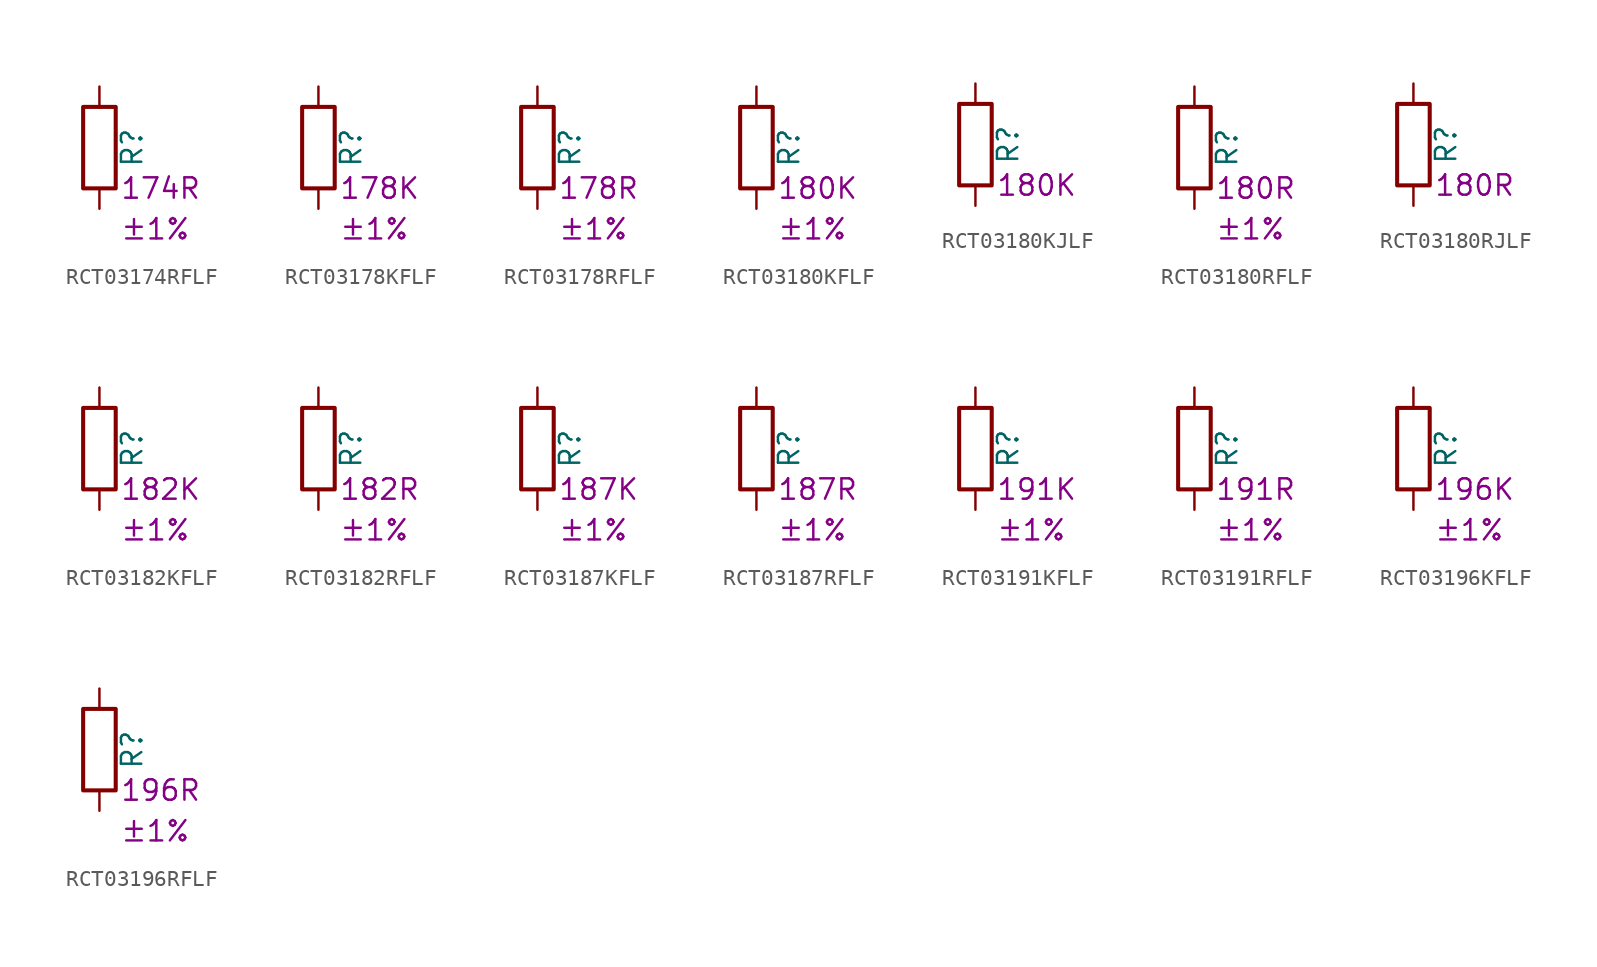
<source format=kicad_sym>
(kicad_symbol_lib
  (version 20220914)
  (generator kicad_symbol_editor)
  (symbol "RCT03174RFLF"
    (pin_numbers hide)
    (pin_names
      (offset 0))
    (property "Reference" "R"
      (at 2.032 0 90)
      (effects (font (size 1.27 1.27))))
    (property "Resistance" "174R"
      (at 1.27 -2.54 0)
      (effects (font (size 1.27 1.27)) (justify left)))
    (property "Tolerance" "±1%"
      (at 1.27 -5.08 0)
      (effects (font (size 1.27 1.27)) (justify left)))
    (symbol "RCT03174RFLF_0_1"
      (rectangle (start -1.016 -2.54) (end 1.016 2.54) (stroke (width 0.254) (type default)) (fill (type none))))
    (symbol "RCT03174RFLF_1_1"
      (pin passive line (at 0 3.81 270) (length 1.27) (name "~" (effects (font (size 1.27 1.27)))) (number "1" (effects (font (size 1.27 1.27)))))
      (pin passive line (at 0 -3.81 90) (length 1.27) (name "~" (effects (font (size 1.27 1.27)))) (number "2" (effects (font (size 1.27 1.27)))))))
  (symbol "RCT03178KFLF"
    (pin_numbers hide)
    (pin_names
      (offset 0))
    (property "Reference" "R"
      (at 2.032 0 90)
      (effects (font (size 1.27 1.27))))
    (property "Resistance" "178K"
      (at 1.27 -2.54 0)
      (effects (font (size 1.27 1.27)) (justify left)))
    (property "Tolerance" "±1%"
      (at 1.27 -5.08 0)
      (effects (font (size 1.27 1.27)) (justify left)))
    (symbol "RCT03178KFLF_0_1"
      (rectangle (start -1.016 -2.54) (end 1.016 2.54) (stroke (width 0.254) (type default)) (fill (type none))))
    (symbol "RCT03178KFLF_1_1"
      (pin passive line (at 0 3.81 270) (length 1.27) (name "~" (effects (font (size 1.27 1.27)))) (number "1" (effects (font (size 1.27 1.27)))))
      (pin passive line (at 0 -3.81 90) (length 1.27) (name "~" (effects (font (size 1.27 1.27)))) (number "2" (effects (font (size 1.27 1.27)))))))
  (symbol "RCT03178RFLF"
    (pin_numbers hide)
    (pin_names
      (offset 0))
    (property "Reference" "R"
      (at 2.032 0 90)
      (effects (font (size 1.27 1.27))))
    (property "Resistance" "178R"
      (at 1.27 -2.54 0)
      (effects (font (size 1.27 1.27)) (justify left)))
    (property "Tolerance" "±1%"
      (at 1.27 -5.08 0)
      (effects (font (size 1.27 1.27)) (justify left)))
    (symbol "RCT03178RFLF_0_1"
      (rectangle (start -1.016 -2.54) (end 1.016 2.54) (stroke (width 0.254) (type default)) (fill (type none))))
    (symbol "RCT03178RFLF_1_1"
      (pin passive line (at 0 3.81 270) (length 1.27) (name "~" (effects (font (size 1.27 1.27)))) (number "1" (effects (font (size 1.27 1.27)))))
      (pin passive line (at 0 -3.81 90) (length 1.27) (name "~" (effects (font (size 1.27 1.27)))) (number "2" (effects (font (size 1.27 1.27)))))))
  (symbol "RCT03180KFLF"
    (pin_numbers hide)
    (pin_names
      (offset 0))
    (property "Reference" "R"
      (at 2.032 0 90)
      (effects (font (size 1.27 1.27))))
    (property "Resistance" "180K"
      (at 1.27 -2.54 0)
      (effects (font (size 1.27 1.27)) (justify left)))
    (property "Tolerance" "±1%"
      (at 1.27 -5.08 0)
      (effects (font (size 1.27 1.27)) (justify left)))
    (symbol "RCT03180KFLF_0_1"
      (rectangle (start -1.016 -2.54) (end 1.016 2.54) (stroke (width 0.254) (type default)) (fill (type none))))
    (symbol "RCT03180KFLF_1_1"
      (pin passive line (at 0 3.81 270) (length 1.27) (name "~" (effects (font (size 1.27 1.27)))) (number "1" (effects (font (size 1.27 1.27)))))
      (pin passive line (at 0 -3.81 90) (length 1.27) (name "~" (effects (font (size 1.27 1.27)))) (number "2" (effects (font (size 1.27 1.27)))))))
  (symbol "RCT03180KJLF"
    (pin_numbers hide)
    (pin_names
      (offset 0))
    (property "Reference" "R"
      (at 2.032 0 90)
      (effects (font (size 1.27 1.27))))
    (property "Resistance" "180K"
      (at 1.27 -2.54 0)
      (effects (font (size 1.27 1.27)) (justify left)))
    (symbol "RCT03180KJLF_0_1"
      (rectangle (start -1.016 -2.54) (end 1.016 2.54) (stroke (width 0.254) (type default)) (fill (type none))))
    (symbol "RCT03180KJLF_1_1"
      (pin passive line (at 0 3.81 270) (length 1.27) (name "~" (effects (font (size 1.27 1.27)))) (number "1" (effects (font (size 1.27 1.27)))))
      (pin passive line (at 0 -3.81 90) (length 1.27) (name "~" (effects (font (size 1.27 1.27)))) (number "2" (effects (font (size 1.27 1.27)))))))
  (symbol "RCT03180RFLF"
    (pin_numbers hide)
    (pin_names
      (offset 0))
    (property "Reference" "R"
      (at 2.032 0 90)
      (effects (font (size 1.27 1.27))))
    (property "Resistance" "180R"
      (at 1.27 -2.54 0)
      (effects (font (size 1.27 1.27)) (justify left)))
    (property "Tolerance" "±1%"
      (at 1.27 -5.08 0)
      (effects (font (size 1.27 1.27)) (justify left)))
    (symbol "RCT03180RFLF_0_1"
      (rectangle (start -1.016 -2.54) (end 1.016 2.54) (stroke (width 0.254) (type default)) (fill (type none))))
    (symbol "RCT03180RFLF_1_1"
      (pin passive line (at 0 3.81 270) (length 1.27) (name "~" (effects (font (size 1.27 1.27)))) (number "1" (effects (font (size 1.27 1.27)))))
      (pin passive line (at 0 -3.81 90) (length 1.27) (name "~" (effects (font (size 1.27 1.27)))) (number "2" (effects (font (size 1.27 1.27)))))))
  (symbol "RCT03180RJLF"
    (pin_numbers hide)
    (pin_names
      (offset 0))
    (property "Reference" "R"
      (at 2.032 0 90)
      (effects (font (size 1.27 1.27))))
    (property "Resistance" "180R"
      (at 1.27 -2.54 0)
      (effects (font (size 1.27 1.27)) (justify left)))
    (symbol "RCT03180RJLF_0_1"
      (rectangle (start -1.016 -2.54) (end 1.016 2.54) (stroke (width 0.254) (type default)) (fill (type none))))
    (symbol "RCT03180RJLF_1_1"
      (pin passive line (at 0 3.81 270) (length 1.27) (name "~" (effects (font (size 1.27 1.27)))) (number "1" (effects (font (size 1.27 1.27)))))
      (pin passive line (at 0 -3.81 90) (length 1.27) (name "~" (effects (font (size 1.27 1.27)))) (number "2" (effects (font (size 1.27 1.27)))))))
  (symbol "RCT03182KFLF"
    (pin_numbers hide)
    (pin_names
      (offset 0))
    (property "Reference" "R"
      (at 2.032 0 90)
      (effects (font (size 1.27 1.27))))
    (property "Resistance" "182K"
      (at 1.27 -2.54 0)
      (effects (font (size 1.27 1.27)) (justify left)))
    (property "Tolerance" "±1%"
      (at 1.27 -5.08 0)
      (effects (font (size 1.27 1.27)) (justify left)))
    (symbol "RCT03182KFLF_0_1"
      (rectangle (start -1.016 -2.54) (end 1.016 2.54) (stroke (width 0.254) (type default)) (fill (type none))))
    (symbol "RCT03182KFLF_1_1"
      (pin passive line (at 0 3.81 270) (length 1.27) (name "~" (effects (font (size 1.27 1.27)))) (number "1" (effects (font (size 1.27 1.27)))))
      (pin passive line (at 0 -3.81 90) (length 1.27) (name "~" (effects (font (size 1.27 1.27)))) (number "2" (effects (font (size 1.27 1.27)))))))
  (symbol "RCT03182RFLF"
    (pin_numbers hide)
    (pin_names
      (offset 0))
    (property "Reference" "R"
      (at 2.032 0 90)
      (effects (font (size 1.27 1.27))))
    (property "Resistance" "182R"
      (at 1.27 -2.54 0)
      (effects (font (size 1.27 1.27)) (justify left)))
    (property "Tolerance" "±1%"
      (at 1.27 -5.08 0)
      (effects (font (size 1.27 1.27)) (justify left)))
    (symbol "RCT03182RFLF_0_1"
      (rectangle (start -1.016 -2.54) (end 1.016 2.54) (stroke (width 0.254) (type default)) (fill (type none))))
    (symbol "RCT03182RFLF_1_1"
      (pin passive line (at 0 3.81 270) (length 1.27) (name "~" (effects (font (size 1.27 1.27)))) (number "1" (effects (font (size 1.27 1.27)))))
      (pin passive line (at 0 -3.81 90) (length 1.27) (name "~" (effects (font (size 1.27 1.27)))) (number "2" (effects (font (size 1.27 1.27)))))))
  (symbol "RCT03187KFLF"
    (pin_numbers hide)
    (pin_names
      (offset 0))
    (property "Reference" "R"
      (at 2.032 0 90)
      (effects (font (size 1.27 1.27))))
    (property "Resistance" "187K"
      (at 1.27 -2.54 0)
      (effects (font (size 1.27 1.27)) (justify left)))
    (property "Tolerance" "±1%"
      (at 1.27 -5.08 0)
      (effects (font (size 1.27 1.27)) (justify left)))
    (symbol "RCT03187KFLF_0_1"
      (rectangle (start -1.016 -2.54) (end 1.016 2.54) (stroke (width 0.254) (type default)) (fill (type none))))
    (symbol "RCT03187KFLF_1_1"
      (pin passive line (at 0 3.81 270) (length 1.27) (name "~" (effects (font (size 1.27 1.27)))) (number "1" (effects (font (size 1.27 1.27)))))
      (pin passive line (at 0 -3.81 90) (length 1.27) (name "~" (effects (font (size 1.27 1.27)))) (number "2" (effects (font (size 1.27 1.27)))))))
  (symbol "RCT03187RFLF"
    (pin_numbers hide)
    (pin_names
      (offset 0))
    (property "Reference" "R"
      (at 2.032 0 90)
      (effects (font (size 1.27 1.27))))
    (property "Resistance" "187R"
      (at 1.27 -2.54 0)
      (effects (font (size 1.27 1.27)) (justify left)))
    (property "Tolerance" "±1%"
      (at 1.27 -5.08 0)
      (effects (font (size 1.27 1.27)) (justify left)))
    (symbol "RCT03187RFLF_0_1"
      (rectangle (start -1.016 -2.54) (end 1.016 2.54) (stroke (width 0.254) (type default)) (fill (type none))))
    (symbol "RCT03187RFLF_1_1"
      (pin passive line (at 0 3.81 270) (length 1.27) (name "~" (effects (font (size 1.27 1.27)))) (number "1" (effects (font (size 1.27 1.27)))))
      (pin passive line (at 0 -3.81 90) (length 1.27) (name "~" (effects (font (size 1.27 1.27)))) (number "2" (effects (font (size 1.27 1.27)))))))
  (symbol "RCT03191KFLF"
    (pin_numbers hide)
    (pin_names
      (offset 0))
    (property "Reference" "R"
      (at 2.032 0 90)
      (effects (font (size 1.27 1.27))))
    (property "Resistance" "191K"
      (at 1.27 -2.54 0)
      (effects (font (size 1.27 1.27)) (justify left)))
    (property "Tolerance" "±1%"
      (at 1.27 -5.08 0)
      (effects (font (size 1.27 1.27)) (justify left)))
    (symbol "RCT03191KFLF_0_1"
      (rectangle (start -1.016 -2.54) (end 1.016 2.54) (stroke (width 0.254) (type default)) (fill (type none))))
    (symbol "RCT03191KFLF_1_1"
      (pin passive line (at 0 3.81 270) (length 1.27) (name "~" (effects (font (size 1.27 1.27)))) (number "1" (effects (font (size 1.27 1.27)))))
      (pin passive line (at 0 -3.81 90) (length 1.27) (name "~" (effects (font (size 1.27 1.27)))) (number "2" (effects (font (size 1.27 1.27)))))))
  (symbol "RCT03191RFLF"
    (pin_numbers hide)
    (pin_names
      (offset 0))
    (property "Reference" "R"
      (at 2.032 0 90)
      (effects (font (size 1.27 1.27))))
    (property "Resistance" "191R"
      (at 1.27 -2.54 0)
      (effects (font (size 1.27 1.27)) (justify left)))
    (property "Tolerance" "±1%"
      (at 1.27 -5.08 0)
      (effects (font (size 1.27 1.27)) (justify left)))
    (symbol "RCT03191RFLF_0_1"
      (rectangle (start -1.016 -2.54) (end 1.016 2.54) (stroke (width 0.254) (type default)) (fill (type none))))
    (symbol "RCT03191RFLF_1_1"
      (pin passive line (at 0 3.81 270) (length 1.27) (name "~" (effects (font (size 1.27 1.27)))) (number "1" (effects (font (size 1.27 1.27)))))
      (pin passive line (at 0 -3.81 90) (length 1.27) (name "~" (effects (font (size 1.27 1.27)))) (number "2" (effects (font (size 1.27 1.27)))))))
  (symbol "RCT03196KFLF"
    (pin_numbers hide)
    (pin_names
      (offset 0))
    (property "Reference" "R"
      (at 2.032 0 90)
      (effects (font (size 1.27 1.27))))
    (property "Resistance" "196K"
      (at 1.27 -2.54 0)
      (effects (font (size 1.27 1.27)) (justify left)))
    (property "Tolerance" "±1%"
      (at 1.27 -5.08 0)
      (effects (font (size 1.27 1.27)) (justify left)))
    (symbol "RCT03196KFLF_0_1"
      (rectangle (start -1.016 -2.54) (end 1.016 2.54) (stroke (width 0.254) (type default)) (fill (type none))))
    (symbol "RCT03196KFLF_1_1"
      (pin passive line (at 0 3.81 270) (length 1.27) (name "~" (effects (font (size 1.27 1.27)))) (number "1" (effects (font (size 1.27 1.27)))))
      (pin passive line (at 0 -3.81 90) (length 1.27) (name "~" (effects (font (size 1.27 1.27)))) (number "2" (effects (font (size 1.27 1.27)))))))
  (symbol "RCT03196RFLF"
    (pin_numbers hide)
    (pin_names
      (offset 0))
    (property "Reference" "R"
      (at 2.032 0 90)
      (effects (font (size 1.27 1.27))))
    (property "Resistance" "196R"
      (at 1.27 -2.54 0)
      (effects (font (size 1.27 1.27)) (justify left)))
    (property "Tolerance" "±1%"
      (at 1.27 -5.08 0)
      (effects (font (size 1.27 1.27)) (justify left)))
    (symbol "RCT03196RFLF_0_1"
      (rectangle (start -1.016 -2.54) (end 1.016 2.54) (stroke (width 0.254) (type default)) (fill (type none))))
    (symbol "RCT03196RFLF_1_1"
      (pin passive line (at 0 3.81 270) (length 1.27) (name "~" (effects (font (size 1.27 1.27)))) (number "1" (effects (font (size 1.27 1.27)))))
      (pin passive line (at 0 -3.81 90) (length 1.27) (name "~" (effects (font (size 1.27 1.27)))) (number "2" (effects (font (size 1.27 1.27))))))))
</source>
